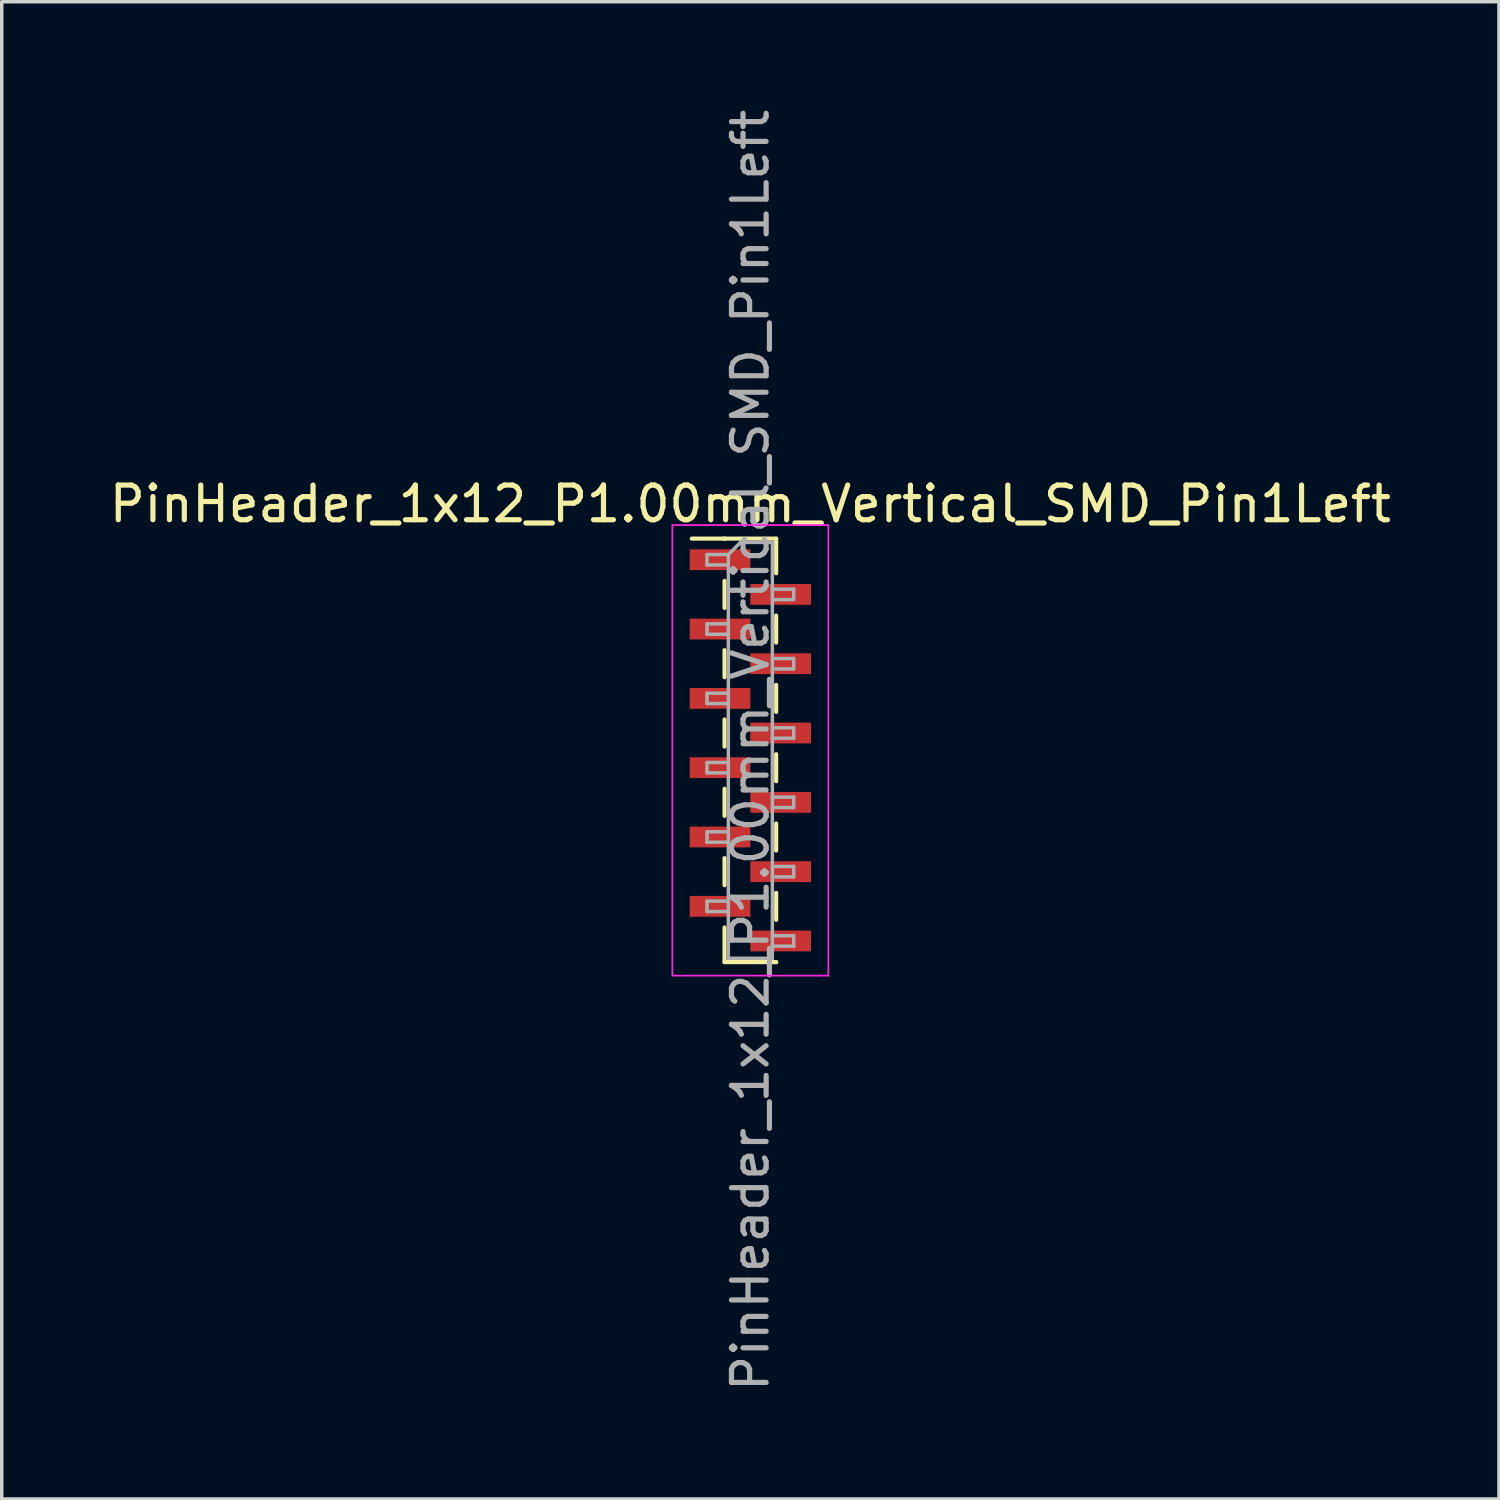
<source format=kicad_pcb>
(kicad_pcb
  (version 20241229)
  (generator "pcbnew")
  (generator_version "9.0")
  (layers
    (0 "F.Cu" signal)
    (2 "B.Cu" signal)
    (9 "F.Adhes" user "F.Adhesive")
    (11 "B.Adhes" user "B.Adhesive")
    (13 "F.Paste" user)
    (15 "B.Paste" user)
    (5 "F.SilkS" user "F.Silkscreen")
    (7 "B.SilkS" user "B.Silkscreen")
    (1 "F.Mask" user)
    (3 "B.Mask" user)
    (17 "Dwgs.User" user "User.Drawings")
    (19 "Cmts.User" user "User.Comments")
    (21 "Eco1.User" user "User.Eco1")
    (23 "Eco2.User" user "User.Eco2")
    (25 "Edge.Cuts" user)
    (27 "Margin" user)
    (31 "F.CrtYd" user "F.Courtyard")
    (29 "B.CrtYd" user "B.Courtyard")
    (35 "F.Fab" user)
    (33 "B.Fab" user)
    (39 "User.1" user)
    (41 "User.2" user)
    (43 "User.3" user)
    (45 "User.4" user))
  (footprint "PinHeader_1x12_P1.00mm_Vertical_SMD_Pin1Left"
    (layer "F.Cu")
    (at 18.601 18.601)
    (property "Reference" "PinHeader_1x12_P1.00mm_Vertical_SMD_Pin1Left" (at 0 -7.11 0) (layer "F.SilkS") (effects (font (size 1 1) (thickness 0.15))))
    (attr smd)
    (fp_line (start -0.745 -6.11) (end -1.69 -6.11) (stroke (width 0.12) (type solid)) (layer "F.SilkS"))
    (fp_line (start -0.745 -6.11) (end -0.745 -6.11) (stroke (width 0.12) (type solid)) (layer "F.SilkS"))
    (fp_line (start -0.745 -6.11) (end 0.745 -6.11) (stroke (width 0.12) (type solid)) (layer "F.SilkS"))
    (fp_line (start -0.745 -4.89) (end -0.745 -4.11) (stroke (width 0.12) (type solid)) (layer "F.SilkS"))
    (fp_line (start -0.745 -2.89) (end -0.745 -2.11) (stroke (width 0.12) (type solid)) (layer "F.SilkS"))
    (fp_line (start -0.745 -0.89) (end -0.745 -0.11) (stroke (width 0.12) (type solid)) (layer "F.SilkS"))
    (fp_line (start -0.745 1.11) (end -0.745 1.89) (stroke (width 0.12) (type solid)) (layer "F.SilkS"))
    (fp_line (start -0.745 3.11) (end -0.745 3.89) (stroke (width 0.12) (type solid)) (layer "F.SilkS"))
    (fp_line (start -0.745 5.11) (end -0.745 6.11) (stroke (width 0.12) (type solid)) (layer "F.SilkS"))
    (fp_line (start -0.745 6.11) (end 0.745 6.11) (stroke (width 0.12) (type solid)) (layer "F.SilkS"))
    (fp_line (start 0.745 -6.11) (end 0.745 -5.11) (stroke (width 0.12) (type solid)) (layer "F.SilkS"))
    (fp_line (start 0.745 -3.89) (end 0.745 -3.11) (stroke (width 0.12) (type solid)) (layer "F.SilkS"))
    (fp_line (start 0.745 -1.89) (end 0.745 -1.11) (stroke (width 0.12) (type solid)) (layer "F.SilkS"))
    (fp_line (start 0.745 0.11) (end 0.745 0.89) (stroke (width 0.12) (type solid)) (layer "F.SilkS"))
    (fp_line (start 0.745 2.11) (end 0.745 2.89) (stroke (width 0.12) (type solid)) (layer "F.SilkS"))
    (fp_line (start 0.745 4.11) (end 0.745 4.89) (stroke (width 0.12) (type solid)) (layer "F.SilkS"))
    (fp_line (start 0.745 6.11) (end 0.745 6.11) (stroke (width 0.12) (type solid)) (layer "F.SilkS"))
    (fp_line (start -2.25 -6.5) (end -2.25 6.5) (stroke (width 0.05) (type solid)) (layer "F.CrtYd"))
    (fp_line (start -2.25 6.5) (end 2.25 6.5) (stroke (width 0.05) (type solid)) (layer "F.CrtYd"))
    (fp_line (start 2.25 -6.5) (end -2.25 -6.5) (stroke (width 0.05) (type solid)) (layer "F.CrtYd"))
    (fp_line (start 2.25 6.5) (end 2.25 -6.5) (stroke (width 0.05) (type solid)) (layer "F.CrtYd"))
    (fp_line (start -1.25 -5.65) (end -1.25 -5.35) (stroke (width 0.1) (type solid)) (layer "F.Fab"))
    (fp_line (start -1.25 -5.35) (end -0.635 -5.35) (stroke (width 0.1) (type solid)) (layer "F.Fab"))
    (fp_line (start -1.25 -3.65) (end -1.25 -3.35) (stroke (width 0.1) (type solid)) (layer "F.Fab"))
    (fp_line (start -1.25 -3.35) (end -0.635 -3.35) (stroke (width 0.1) (type solid)) (layer "F.Fab"))
    (fp_line (start -1.25 -1.65) (end -1.25 -1.35) (stroke (width 0.1) (type solid)) (layer "F.Fab"))
    (fp_line (start -1.25 -1.35) (end -0.635 -1.35) (stroke (width 0.1) (type solid)) (layer "F.Fab"))
    (fp_line (start -1.25 0.35) (end -1.25 0.65) (stroke (width 0.1) (type solid)) (layer "F.Fab"))
    (fp_line (start -1.25 0.65) (end -0.635 0.65) (stroke (width 0.1) (type solid)) (layer "F.Fab"))
    (fp_line (start -1.25 2.35) (end -1.25 2.65) (stroke (width 0.1) (type solid)) (layer "F.Fab"))
    (fp_line (start -1.25 2.65) (end -0.635 2.65) (stroke (width 0.1) (type solid)) (layer "F.Fab"))
    (fp_line (start -1.25 4.35) (end -1.25 4.65) (stroke (width 0.1) (type solid)) (layer "F.Fab"))
    (fp_line (start -1.25 4.65) (end -0.635 4.65) (stroke (width 0.1) (type solid)) (layer "F.Fab"))
    (fp_line (start -0.635 -5.65) (end -1.25 -5.65) (stroke (width 0.1) (type solid)) (layer "F.Fab"))
    (fp_line (start -0.635 -5.65) (end -0.285 -6) (stroke (width 0.1) (type solid)) (layer "F.Fab"))
    (fp_line (start -0.635 -3.65) (end -1.25 -3.65) (stroke (width 0.1) (type solid)) (layer "F.Fab"))
    (fp_line (start -0.635 -1.65) (end -1.25 -1.65) (stroke (width 0.1) (type solid)) (layer "F.Fab"))
    (fp_line (start -0.635 0.35) (end -1.25 0.35) (stroke (width 0.1) (type solid)) (layer "F.Fab"))
    (fp_line (start -0.635 2.35) (end -1.25 2.35) (stroke (width 0.1) (type solid)) (layer "F.Fab"))
    (fp_line (start -0.635 4.35) (end -1.25 4.35) (stroke (width 0.1) (type solid)) (layer "F.Fab"))
    (fp_line (start -0.635 6) (end -0.635 -5.65) (stroke (width 0.1) (type solid)) (layer "F.Fab"))
    (fp_line (start -0.285 -6) (end 0.635 -6) (stroke (width 0.1) (type solid)) (layer "F.Fab"))
    (fp_line (start 0.635 -6) (end 0.635 6) (stroke (width 0.1) (type solid)) (layer "F.Fab"))
    (fp_line (start 0.635 -4.65) (end 1.25 -4.65) (stroke (width 0.1) (type solid)) (layer "F.Fab"))
    (fp_line (start 0.635 -2.65) (end 1.25 -2.65) (stroke (width 0.1) (type solid)) (layer "F.Fab"))
    (fp_line (start 0.635 -0.65) (end 1.25 -0.65) (stroke (width 0.1) (type solid)) (layer "F.Fab"))
    (fp_line (start 0.635 1.35) (end 1.25 1.35) (stroke (width 0.1) (type solid)) (layer "F.Fab"))
    (fp_line (start 0.635 3.35) (end 1.25 3.35) (stroke (width 0.1) (type solid)) (layer "F.Fab"))
    (fp_line (start 0.635 5.35) (end 1.25 5.35) (stroke (width 0.1) (type solid)) (layer "F.Fab"))
    (fp_line (start 0.635 6) (end -0.635 6) (stroke (width 0.1) (type solid)) (layer "F.Fab"))
    (fp_line (start 1.25 -4.65) (end 1.25 -4.35) (stroke (width 0.1) (type solid)) (layer "F.Fab"))
    (fp_line (start 1.25 -4.35) (end 0.635 -4.35) (stroke (width 0.1) (type solid)) (layer "F.Fab"))
    (fp_line (start 1.25 -2.65) (end 1.25 -2.35) (stroke (width 0.1) (type solid)) (layer "F.Fab"))
    (fp_line (start 1.25 -2.35) (end 0.635 -2.35) (stroke (width 0.1) (type solid)) (layer "F.Fab"))
    (fp_line (start 1.25 -0.65) (end 1.25 -0.35) (stroke (width 0.1) (type solid)) (layer "F.Fab"))
    (fp_line (start 1.25 -0.35) (end 0.635 -0.35) (stroke (width 0.1) (type solid)) (layer "F.Fab"))
    (fp_line (start 1.25 1.35) (end 1.25 1.65) (stroke (width 0.1) (type solid)) (layer "F.Fab"))
    (fp_line (start 1.25 1.65) (end 0.635 1.65) (stroke (width 0.1) (type solid)) (layer "F.Fab"))
    (fp_line (start 1.25 3.35) (end 1.25 3.65) (stroke (width 0.1) (type solid)) (layer "F.Fab"))
    (fp_line (start 1.25 3.65) (end 0.635 3.65) (stroke (width 0.1) (type solid)) (layer "F.Fab"))
    (fp_line (start 1.25 5.35) (end 1.25 5.65) (stroke (width 0.1) (type solid)) (layer "F.Fab"))
    (fp_line (start 1.25 5.65) (end 0.635 5.65) (stroke (width 0.1) (type solid)) (layer "F.Fab"))
    (fp_text user "${REFERENCE}" (at 0 0 90) (layer "F.Fab") (effects (font (size 1 1) (thickness 0.15))))
    (pad "1" smd rect (at -0.875 -5.5) (size 1.75 0.6) (layers "F.Cu" "F.Mask" "F.Paste"))
    (pad "2" smd rect (at 0.875 -4.5) (size 1.75 0.6) (layers "F.Cu" "F.Mask" "F.Paste"))
    (pad "3" smd rect (at -0.875 -3.5) (size 1.75 0.6) (layers "F.Cu" "F.Mask" "F.Paste"))
    (pad "4" smd rect (at 0.875 -2.5) (size 1.75 0.6) (layers "F.Cu" "F.Mask" "F.Paste"))
    (pad "5" smd rect (at -0.875 -1.5) (size 1.75 0.6) (layers "F.Cu" "F.Mask" "F.Paste"))
    (pad "6" smd rect (at 0.875 -0.5) (size 1.75 0.6) (layers "F.Cu" "F.Mask" "F.Paste"))
    (pad "7" smd rect (at -0.875 0.5) (size 1.75 0.6) (layers "F.Cu" "F.Mask" "F.Paste"))
    (pad "8" smd rect (at 0.875 1.5) (size 1.75 0.6) (layers "F.Cu" "F.Mask" "F.Paste"))
    (pad "9" smd rect (at -0.875 2.5) (size 1.75 0.6) (layers "F.Cu" "F.Mask" "F.Paste"))
    (pad "10" smd rect (at 0.875 3.5) (size 1.75 0.6) (layers "F.Cu" "F.Mask" "F.Paste"))
    (pad "11" smd rect (at -0.875 4.5) (size 1.75 0.6) (layers "F.Cu" "F.Mask" "F.Paste"))
    (pad "12" smd rect (at 0.875 5.5) (size 1.75 0.6) (layers "F.Cu" "F.Mask" "F.Paste")))
  (gr_rect
    (start -3 -3)
    (end 40.202 40.202)
    (stroke (width 0.1) (type default))
    (fill no)
    (layer "Edge.Cuts")))
</source>
